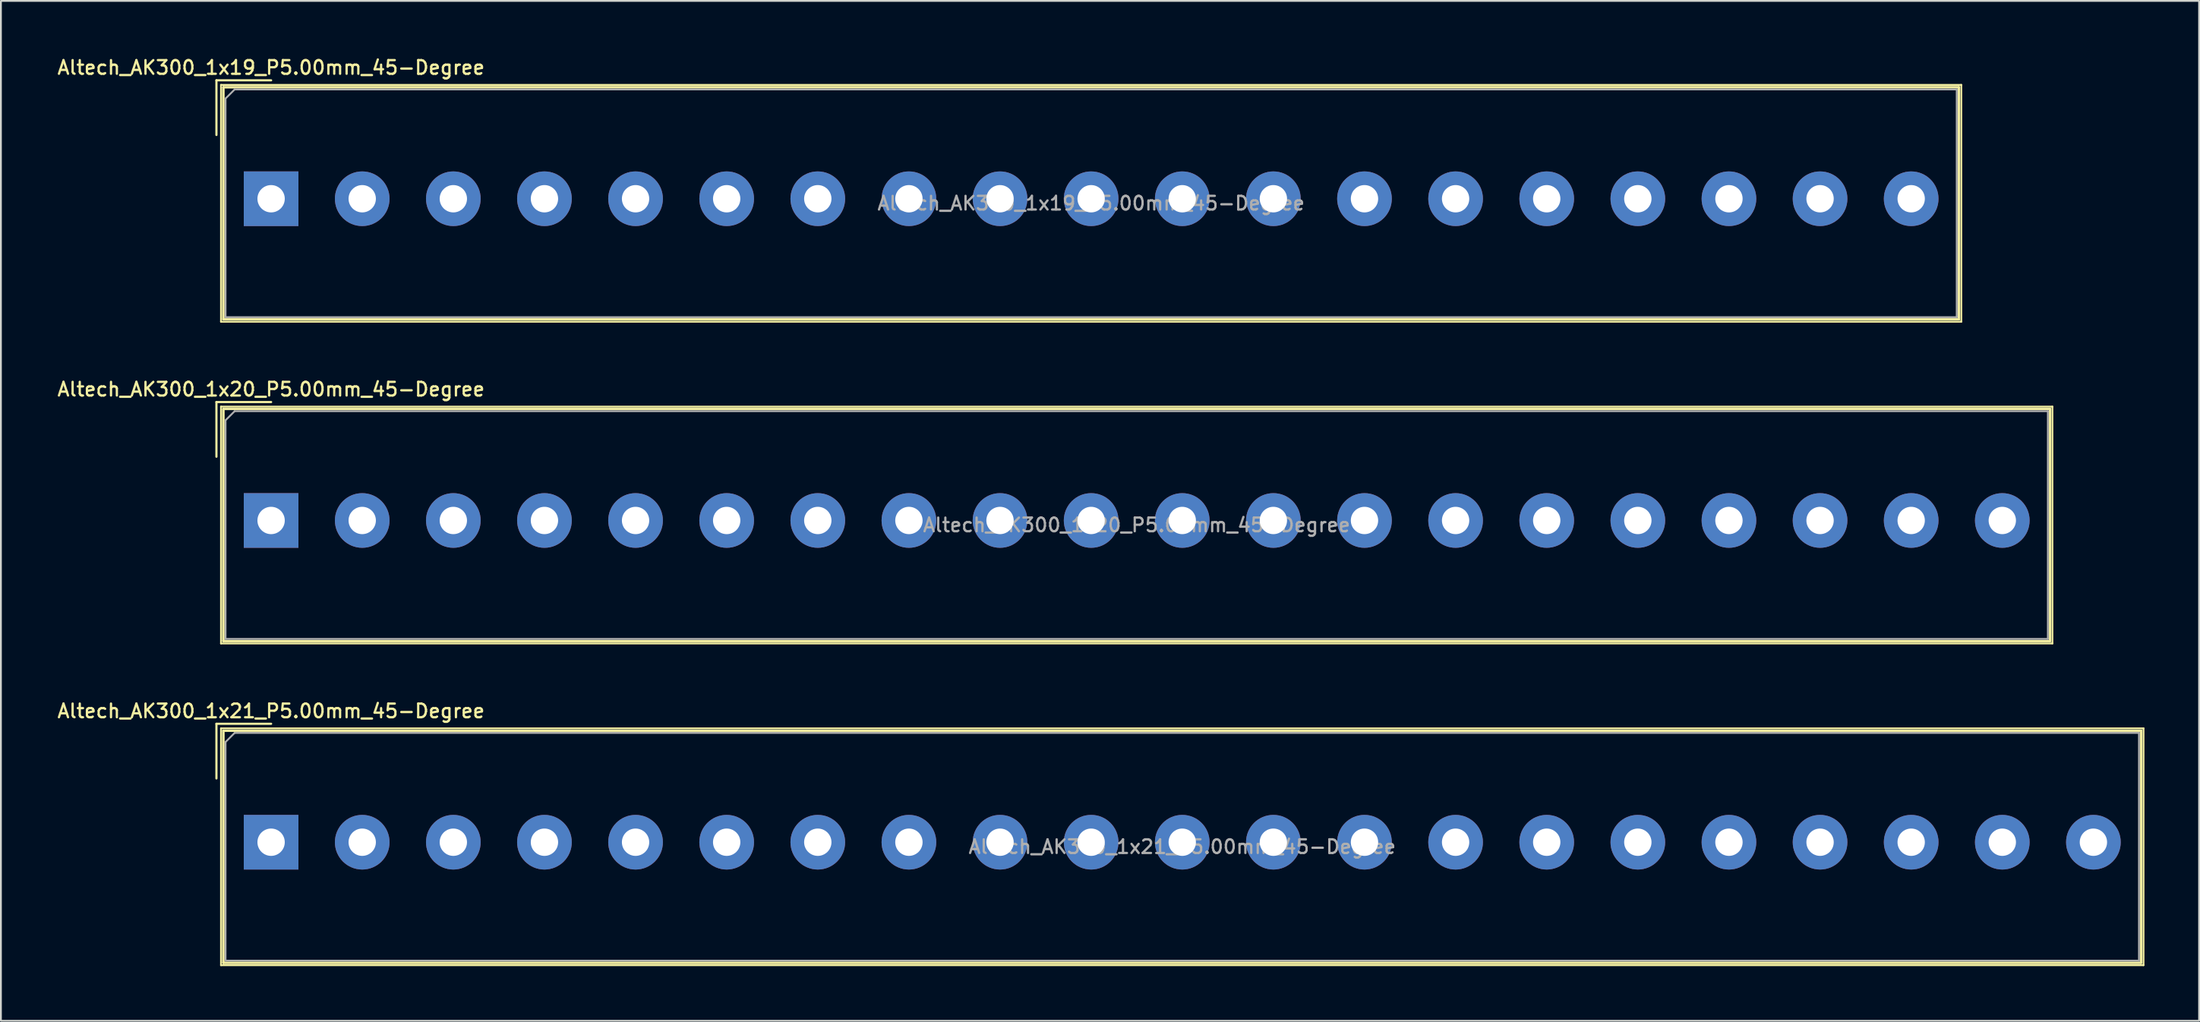
<source format=kicad_pcb>
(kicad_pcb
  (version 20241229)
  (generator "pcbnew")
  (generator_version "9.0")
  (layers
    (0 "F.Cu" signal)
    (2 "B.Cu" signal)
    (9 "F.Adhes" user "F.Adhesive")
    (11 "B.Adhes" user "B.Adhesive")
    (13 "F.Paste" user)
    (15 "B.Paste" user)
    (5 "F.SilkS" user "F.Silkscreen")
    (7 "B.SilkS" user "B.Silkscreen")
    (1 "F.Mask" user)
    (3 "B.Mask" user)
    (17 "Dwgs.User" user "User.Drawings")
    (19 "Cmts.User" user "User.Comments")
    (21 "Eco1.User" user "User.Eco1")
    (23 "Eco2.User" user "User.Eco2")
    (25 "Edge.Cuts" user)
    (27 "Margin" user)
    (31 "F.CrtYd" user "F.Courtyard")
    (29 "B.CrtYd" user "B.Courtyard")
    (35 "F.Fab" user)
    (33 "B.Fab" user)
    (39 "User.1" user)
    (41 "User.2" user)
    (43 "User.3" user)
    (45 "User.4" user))
  (footprint "Altech_AK300_1x19_P5.00mm_45-Degree"
    (layer "F.Cu")
    (at 11.827 7.858)
    (property "Reference" "Altech_AK300_1x19_P5.00mm_45-Degree" (at 0 -7.2 0) (layer "F.SilkS") (effects (font (size 0.75 0.75) (thickness 0.125))))
    (attr through_hole)
    (fp_line (start -3 -6.5) (end 0 -6.5) (stroke (width 0.12) (type solid)) (layer "F.SilkS"))
    (fp_line (start -3 -3.5) (end -3 -6.5) (stroke (width 0.12) (type solid)) (layer "F.SilkS"))
    (fp_line (start -2.75 -6.25) (end -2.75 6.75) (stroke (width 0.1) (type solid)) (layer "F.SilkS"))
    (fp_line (start -2.75 -6.25) (end 92.75 -6.25) (stroke (width 0.1) (type solid)) (layer "F.SilkS"))
    (fp_line (start -2.75 6.75) (end 92.75 6.75) (stroke (width 0.1) (type solid)) (layer "F.SilkS"))
    (fp_line (start -2.62 -6.12) (end -2.62 6.62) (stroke (width 0.12) (type solid)) (layer "F.SilkS"))
    (fp_line (start -2.62 -6.12) (end -2.62 6.62) (stroke (width 0.12) (type solid)) (layer "F.SilkS"))
    (fp_line (start -2.62 -6.12) (end 92.62 -6.12) (stroke (width 0.12) (type solid)) (layer "F.SilkS"))
    (fp_line (start -2.62 -6.12) (end 92.62 -6.12) (stroke (width 0.12) (type solid)) (layer "F.SilkS"))
    (fp_line (start -2.62 6.62) (end 92.62 6.62) (stroke (width 0.12) (type solid)) (layer "F.SilkS"))
    (fp_line (start -2.62 6.62) (end 92.62 6.62) (stroke (width 0.12) (type solid)) (layer "F.SilkS"))
    (fp_line (start 92.62 -6.12) (end 92.62 6.62) (stroke (width 0.12) (type solid)) (layer "F.SilkS"))
    (fp_line (start 92.62 -6.12) (end 92.62 6.62) (stroke (width 0.12) (type solid)) (layer "F.SilkS"))
    (fp_line (start 92.75 -6.25) (end 92.75 6.75) (stroke (width 0.1) (type solid)) (layer "F.SilkS"))
    (fp_line (start -2.5 -5.5) (end -2 -6) (stroke (width 0.1) (type solid)) (layer "F.Fab"))
    (fp_line (start -2.5 6.5) (end -2.5 -5.5) (stroke (width 0.1) (type solid)) (layer "F.Fab"))
    (fp_line (start -2 -6) (end 92.5 -6) (stroke (width 0.1) (type solid)) (layer "F.Fab"))
    (fp_line (start 92.5 -6) (end 92.5 6.5) (stroke (width 0.1) (type solid)) (layer "F.Fab"))
    (fp_line (start 92.5 6.5) (end -2.5 6.5) (stroke (width 0.1) (type solid)) (layer "F.Fab"))
    (fp_text user "${REFERENCE}" (at 45 0.25 0) (layer "F.Fab") (effects (font (size 0.75 0.75) (thickness 0.125))))
    (pad "1" thru_hole rect (at 0 0) (size 3 3) (drill 1.5) (layers "*.Cu" "*.Mask"))
    (pad "2" thru_hole circle (at 5 0) (size 3 3) (drill 1.5) (layers "*.Cu" "*.Mask"))
    (pad "3" thru_hole circle (at 10 0) (size 3 3) (drill 1.5) (layers "*.Cu" "*.Mask"))
    (pad "4" thru_hole circle (at 15 0) (size 3 3) (drill 1.5) (layers "*.Cu" "*.Mask"))
    (pad "5" thru_hole circle (at 20 0) (size 3 3) (drill 1.5) (layers "*.Cu" "*.Mask"))
    (pad "6" thru_hole circle (at 25 0) (size 3 3) (drill 1.5) (layers "*.Cu" "*.Mask"))
    (pad "7" thru_hole circle (at 30 0) (size 3 3) (drill 1.5) (layers "*.Cu" "*.Mask"))
    (pad "8" thru_hole circle (at 35 0) (size 3 3) (drill 1.5) (layers "*.Cu" "*.Mask"))
    (pad "9" thru_hole circle (at 40 0) (size 3 3) (drill 1.5) (layers "*.Cu" "*.Mask"))
    (pad "10" thru_hole circle (at 45 0) (size 3 3) (drill 1.5) (layers "*.Cu" "*.Mask"))
    (pad "11" thru_hole circle (at 50 0) (size 3 3) (drill 1.5) (layers "*.Cu" "*.Mask"))
    (pad "12" thru_hole circle (at 55 0) (size 3 3) (drill 1.5) (layers "*.Cu" "*.Mask"))
    (pad "13" thru_hole circle (at 60 0) (size 3 3) (drill 1.5) (layers "*.Cu" "*.Mask"))
    (pad "14" thru_hole circle (at 65 0) (size 3 3) (drill 1.5) (layers "*.Cu" "*.Mask"))
    (pad "15" thru_hole circle (at 70 0) (size 3 3) (drill 1.5) (layers "*.Cu" "*.Mask"))
    (pad "16" thru_hole circle (at 75 0) (size 3 3) (drill 1.5) (layers "*.Cu" "*.Mask"))
    (pad "17" thru_hole circle (at 80 0) (size 3 3) (drill 1.5) (layers "*.Cu" "*.Mask"))
    (pad "18" thru_hole circle (at 85 0) (size 3 3) (drill 1.5) (layers "*.Cu" "*.Mask"))
    (pad "19" thru_hole circle (at 90 0) (size 3 3) (drill 1.5) (layers "*.Cu" "*.Mask")))
  (footprint "Altech_AK300_1x20_P5.00mm_45-Degree"
    (layer "F.Cu")
    (at 11.827 25.516)
    (property "Reference" "Altech_AK300_1x20_P5.00mm_45-Degree" (at 0 -7.2 0) (layer "F.SilkS") (effects (font (size 0.75 0.75) (thickness 0.125))))
    (attr through_hole)
    (fp_line (start -3 -6.5) (end 0 -6.5) (stroke (width 0.12) (type solid)) (layer "F.SilkS"))
    (fp_line (start -3 -3.5) (end -3 -6.5) (stroke (width 0.12) (type solid)) (layer "F.SilkS"))
    (fp_line (start -2.75 -6.25) (end -2.75 6.75) (stroke (width 0.1) (type solid)) (layer "F.SilkS"))
    (fp_line (start -2.75 -6.25) (end 97.75 -6.25) (stroke (width 0.1) (type solid)) (layer "F.SilkS"))
    (fp_line (start -2.75 6.75) (end 97.75 6.75) (stroke (width 0.1) (type solid)) (layer "F.SilkS"))
    (fp_line (start -2.62 -6.12) (end -2.62 6.62) (stroke (width 0.12) (type solid)) (layer "F.SilkS"))
    (fp_line (start -2.62 -6.12) (end -2.62 6.62) (stroke (width 0.12) (type solid)) (layer "F.SilkS"))
    (fp_line (start -2.62 -6.12) (end 97.62 -6.12) (stroke (width 0.12) (type solid)) (layer "F.SilkS"))
    (fp_line (start -2.62 -6.12) (end 97.62 -6.12) (stroke (width 0.12) (type solid)) (layer "F.SilkS"))
    (fp_line (start -2.62 6.62) (end 97.62 6.62) (stroke (width 0.12) (type solid)) (layer "F.SilkS"))
    (fp_line (start -2.62 6.62) (end 97.62 6.62) (stroke (width 0.12) (type solid)) (layer "F.SilkS"))
    (fp_line (start 97.62 -6.12) (end 97.62 6.62) (stroke (width 0.12) (type solid)) (layer "F.SilkS"))
    (fp_line (start 97.62 -6.12) (end 97.62 6.62) (stroke (width 0.12) (type solid)) (layer "F.SilkS"))
    (fp_line (start 97.75 -6.25) (end 97.75 6.75) (stroke (width 0.1) (type solid)) (layer "F.SilkS"))
    (fp_line (start -2.5 -5.5) (end -2 -6) (stroke (width 0.1) (type solid)) (layer "F.Fab"))
    (fp_line (start -2.5 6.5) (end -2.5 -5.5) (stroke (width 0.1) (type solid)) (layer "F.Fab"))
    (fp_line (start -2 -6) (end 97.5 -6) (stroke (width 0.1) (type solid)) (layer "F.Fab"))
    (fp_line (start 97.5 -6) (end 97.5 6.5) (stroke (width 0.1) (type solid)) (layer "F.Fab"))
    (fp_line (start 97.5 6.5) (end -2.5 6.5) (stroke (width 0.1) (type solid)) (layer "F.Fab"))
    (fp_text user "${REFERENCE}" (at 47.5 0.25 0) (layer "F.Fab") (effects (font (size 0.75 0.75) (thickness 0.125))))
    (pad "1" thru_hole rect (at 0 0) (size 3 3) (drill 1.5) (layers "*.Cu" "*.Mask"))
    (pad "2" thru_hole circle (at 5 0) (size 3 3) (drill 1.5) (layers "*.Cu" "*.Mask"))
    (pad "3" thru_hole circle (at 10 0) (size 3 3) (drill 1.5) (layers "*.Cu" "*.Mask"))
    (pad "4" thru_hole circle (at 15 0) (size 3 3) (drill 1.5) (layers "*.Cu" "*.Mask"))
    (pad "5" thru_hole circle (at 20 0) (size 3 3) (drill 1.5) (layers "*.Cu" "*.Mask"))
    (pad "6" thru_hole circle (at 25 0) (size 3 3) (drill 1.5) (layers "*.Cu" "*.Mask"))
    (pad "7" thru_hole circle (at 30 0) (size 3 3) (drill 1.5) (layers "*.Cu" "*.Mask"))
    (pad "8" thru_hole circle (at 35 0) (size 3 3) (drill 1.5) (layers "*.Cu" "*.Mask"))
    (pad "9" thru_hole circle (at 40 0) (size 3 3) (drill 1.5) (layers "*.Cu" "*.Mask"))
    (pad "10" thru_hole circle (at 45 0) (size 3 3) (drill 1.5) (layers "*.Cu" "*.Mask"))
    (pad "11" thru_hole circle (at 50 0) (size 3 3) (drill 1.5) (layers "*.Cu" "*.Mask"))
    (pad "12" thru_hole circle (at 55 0) (size 3 3) (drill 1.5) (layers "*.Cu" "*.Mask"))
    (pad "13" thru_hole circle (at 60 0) (size 3 3) (drill 1.5) (layers "*.Cu" "*.Mask"))
    (pad "14" thru_hole circle (at 65 0) (size 3 3) (drill 1.5) (layers "*.Cu" "*.Mask"))
    (pad "15" thru_hole circle (at 70 0) (size 3 3) (drill 1.5) (layers "*.Cu" "*.Mask"))
    (pad "16" thru_hole circle (at 75 0) (size 3 3) (drill 1.5) (layers "*.Cu" "*.Mask"))
    (pad "17" thru_hole circle (at 80 0) (size 3 3) (drill 1.5) (layers "*.Cu" "*.Mask"))
    (pad "18" thru_hole circle (at 85 0) (size 3 3) (drill 1.5) (layers "*.Cu" "*.Mask"))
    (pad "19" thru_hole circle (at 90 0) (size 3 3) (drill 1.5) (layers "*.Cu" "*.Mask"))
    (pad "20" thru_hole circle (at 95 0) (size 3 3) (drill 1.5) (layers "*.Cu" "*.Mask")))
  (footprint "Altech_AK300_1x21_P5.00mm_45-Degree"
    (layer "F.Cu")
    (at 11.827 43.174)
    (property "Reference" "Altech_AK300_1x21_P5.00mm_45-Degree" (at 0 -7.2 0) (layer "F.SilkS") (effects (font (size 0.75 0.75) (thickness 0.125))))
    (attr through_hole)
    (fp_line (start -3 -6.5) (end 0 -6.5) (stroke (width 0.12) (type solid)) (layer "F.SilkS"))
    (fp_line (start -3 -3.5) (end -3 -6.5) (stroke (width 0.12) (type solid)) (layer "F.SilkS"))
    (fp_line (start -2.75 -6.25) (end -2.75 6.75) (stroke (width 0.1) (type solid)) (layer "F.SilkS"))
    (fp_line (start -2.75 -6.25) (end 102.75 -6.25) (stroke (width 0.1) (type solid)) (layer "F.SilkS"))
    (fp_line (start -2.75 6.75) (end 102.75 6.75) (stroke (width 0.1) (type solid)) (layer "F.SilkS"))
    (fp_line (start -2.62 -6.12) (end -2.62 6.62) (stroke (width 0.12) (type solid)) (layer "F.SilkS"))
    (fp_line (start -2.62 -6.12) (end -2.62 6.62) (stroke (width 0.12) (type solid)) (layer "F.SilkS"))
    (fp_line (start -2.62 -6.12) (end 102.62 -6.12) (stroke (width 0.12) (type solid)) (layer "F.SilkS"))
    (fp_line (start -2.62 -6.12) (end 102.62 -6.12) (stroke (width 0.12) (type solid)) (layer "F.SilkS"))
    (fp_line (start -2.62 6.62) (end 102.62 6.62) (stroke (width 0.12) (type solid)) (layer "F.SilkS"))
    (fp_line (start -2.62 6.62) (end 102.62 6.62) (stroke (width 0.12) (type solid)) (layer "F.SilkS"))
    (fp_line (start 102.62 -6.12) (end 102.62 6.62) (stroke (width 0.12) (type solid)) (layer "F.SilkS"))
    (fp_line (start 102.62 -6.12) (end 102.62 6.62) (stroke (width 0.12) (type solid)) (layer "F.SilkS"))
    (fp_line (start 102.75 -6.25) (end 102.75 6.75) (stroke (width 0.1) (type solid)) (layer "F.SilkS"))
    (fp_line (start -2.5 -5.5) (end -2 -6) (stroke (width 0.1) (type solid)) (layer "F.Fab"))
    (fp_line (start -2.5 6.5) (end -2.5 -5.5) (stroke (width 0.1) (type solid)) (layer "F.Fab"))
    (fp_line (start -2 -6) (end 102.5 -6) (stroke (width 0.1) (type solid)) (layer "F.Fab"))
    (fp_line (start 102.5 -6) (end 102.5 6.5) (stroke (width 0.1) (type solid)) (layer "F.Fab"))
    (fp_line (start 102.5 6.5) (end -2.5 6.5) (stroke (width 0.1) (type solid)) (layer "F.Fab"))
    (fp_text user "${REFERENCE}" (at 50 0.25 0) (layer "F.Fab") (effects (font (size 0.75 0.75) (thickness 0.125))))
    (pad "1" thru_hole rect (at 0 0) (size 3 3) (drill 1.5) (layers "*.Cu" "*.Mask"))
    (pad "2" thru_hole circle (at 5 0) (size 3 3) (drill 1.5) (layers "*.Cu" "*.Mask"))
    (pad "3" thru_hole circle (at 10 0) (size 3 3) (drill 1.5) (layers "*.Cu" "*.Mask"))
    (pad "4" thru_hole circle (at 15 0) (size 3 3) (drill 1.5) (layers "*.Cu" "*.Mask"))
    (pad "5" thru_hole circle (at 20 0) (size 3 3) (drill 1.5) (layers "*.Cu" "*.Mask"))
    (pad "6" thru_hole circle (at 25 0) (size 3 3) (drill 1.5) (layers "*.Cu" "*.Mask"))
    (pad "7" thru_hole circle (at 30 0) (size 3 3) (drill 1.5) (layers "*.Cu" "*.Mask"))
    (pad "8" thru_hole circle (at 35 0) (size 3 3) (drill 1.5) (layers "*.Cu" "*.Mask"))
    (pad "9" thru_hole circle (at 40 0) (size 3 3) (drill 1.5) (layers "*.Cu" "*.Mask"))
    (pad "10" thru_hole circle (at 45 0) (size 3 3) (drill 1.5) (layers "*.Cu" "*.Mask"))
    (pad "11" thru_hole circle (at 50 0) (size 3 3) (drill 1.5) (layers "*.Cu" "*.Mask"))
    (pad "12" thru_hole circle (at 55 0) (size 3 3) (drill 1.5) (layers "*.Cu" "*.Mask"))
    (pad "13" thru_hole circle (at 60 0) (size 3 3) (drill 1.5) (layers "*.Cu" "*.Mask"))
    (pad "14" thru_hole circle (at 65 0) (size 3 3) (drill 1.5) (layers "*.Cu" "*.Mask"))
    (pad "15" thru_hole circle (at 70 0) (size 3 3) (drill 1.5) (layers "*.Cu" "*.Mask"))
    (pad "16" thru_hole circle (at 75 0) (size 3 3) (drill 1.5) (layers "*.Cu" "*.Mask"))
    (pad "17" thru_hole circle (at 80 0) (size 3 3) (drill 1.5) (layers "*.Cu" "*.Mask"))
    (pad "18" thru_hole circle (at 85 0) (size 3 3) (drill 1.5) (layers "*.Cu" "*.Mask"))
    (pad "19" thru_hole circle (at 90 0) (size 3 3) (drill 1.5) (layers "*.Cu" "*.Mask"))
    (pad "20" thru_hole circle (at 95 0) (size 3 3) (drill 1.5) (layers "*.Cu" "*.Mask"))
    (pad "21" thru_hole circle (at 100 0) (size 3 3) (drill 1.5) (layers "*.Cu" "*.Mask")))
  (gr_rect
    (start -3 -3)
    (end 117.627 52.974)
    (stroke (width 0.1) (type default))
    (fill no)
    (layer "Edge.Cuts")))
</source>
